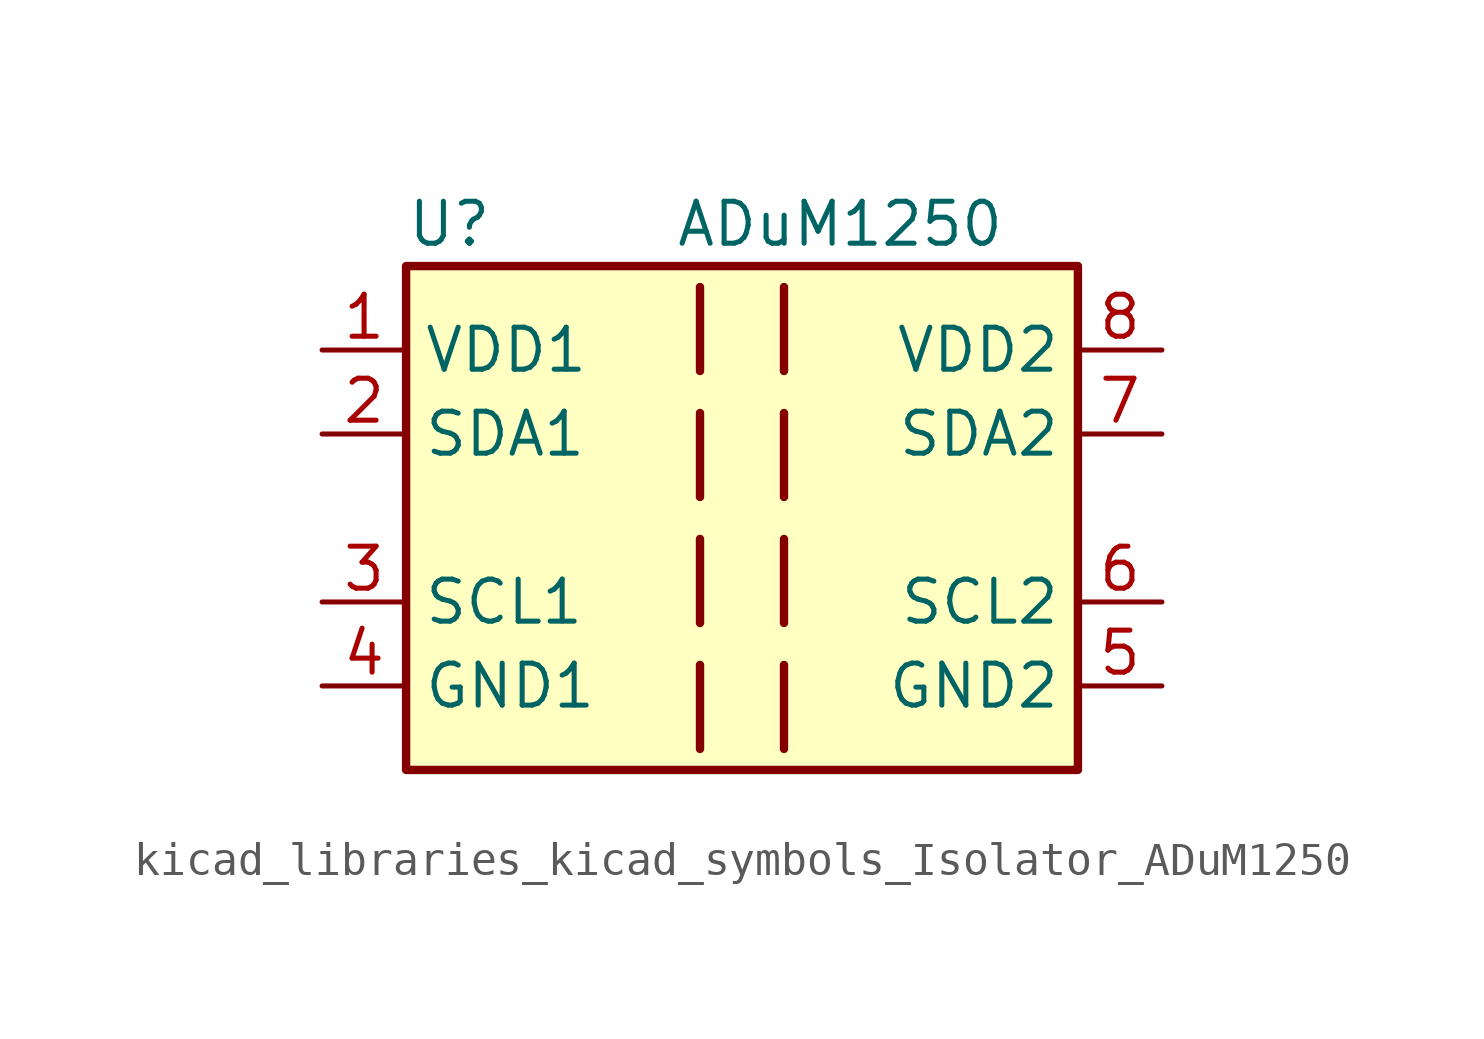
<source format=kicad_sym>
(kicad_symbol_lib
  (version 20220914)
  (generator kicad_symbol_editor)
  (symbol "kicad_libraries_kicad_symbols_Isolator_ADuM1250"
    (property "Reference" "U"
      (at -10.16 8.89 0)
      (effects (font (size 1.27 1.27)) (justify left)))
    (property "Value" "ADuM1250"
      (at -2.032 8.89 0)
      (effects (font (size 1.27 1.27)) (justify left)))
    (symbol "kicad_libraries_kicad_symbols_Isolator_ADuM1250_0_1"
      (rectangle (start -10.16 7.62) (end 10.16 -7.62) (stroke (width 0.254) (type default)) (fill (type background)))
      (polyline (pts (xy -1.27 -4.445) (xy -1.27 -6.985)) (stroke (width 0.254) (type default)) (fill (type none)))
      (polyline (pts (xy -1.27 -0.635) (xy -1.27 -3.175)) (stroke (width 0.254) (type default)) (fill (type none)))
      (polyline (pts (xy -1.27 3.175) (xy -1.27 0.635)) (stroke (width 0.254) (type default)) (fill (type none)))
      (polyline (pts (xy -1.27 6.985) (xy -1.27 4.445)) (stroke (width 0.254) (type default)) (fill (type none)))
      (polyline (pts (xy 1.27 -4.445) (xy 1.27 -6.985)) (stroke (width 0.254) (type default)) (fill (type none)))
      (polyline (pts (xy 1.27 -0.635) (xy 1.27 -3.175)) (stroke (width 0.254) (type default)) (fill (type none)))
      (polyline (pts (xy 1.27 3.175) (xy 1.27 0.635)) (stroke (width 0.254) (type default)) (fill (type none)))
      (polyline (pts (xy 1.27 6.985) (xy 1.27 4.445)) (stroke (width 0.254) (type default)) (fill (type none))))
    (symbol "kicad_libraries_kicad_symbols_Isolator_ADuM1250_1_1"
      (pin power_in line (at -12.7 5.08 0) (length 2.54) (name "VDD1" (effects (font (size 1.27 1.27)))) (number "1" (effects (font (size 1.27 1.27)))))
      (pin bidirectional line (at -12.7 2.54 0) (length 2.54) (name "SDA1" (effects (font (size 1.27 1.27)))) (number "2" (effects (font (size 1.27 1.27)))))
      (pin bidirectional line (at -12.7 -2.54 0) (length 2.54) (name "SCL1" (effects (font (size 1.27 1.27)))) (number "3" (effects (font (size 1.27 1.27)))))
      (pin power_in line (at -12.7 -5.08 0) (length 2.54) (name "GND1" (effects (font (size 1.27 1.27)))) (number "4" (effects (font (size 1.27 1.27)))))
      (pin power_in line (at 12.7 -5.08 180) (length 2.54) (name "GND2" (effects (font (size 1.27 1.27)))) (number "5" (effects (font (size 1.27 1.27)))))
      (pin bidirectional line (at 12.7 -2.54 180) (length 2.54) (name "SCL2" (effects (font (size 1.27 1.27)))) (number "6" (effects (font (size 1.27 1.27)))))
      (pin bidirectional line (at 12.7 2.54 180) (length 2.54) (name "SDA2" (effects (font (size 1.27 1.27)))) (number "7" (effects (font (size 1.27 1.27)))))
      (pin power_in line (at 12.7 5.08 180) (length 2.54) (name "VDD2" (effects (font (size 1.27 1.27)))) (number "8" (effects (font (size 1.27 1.27))))))))
</source>
